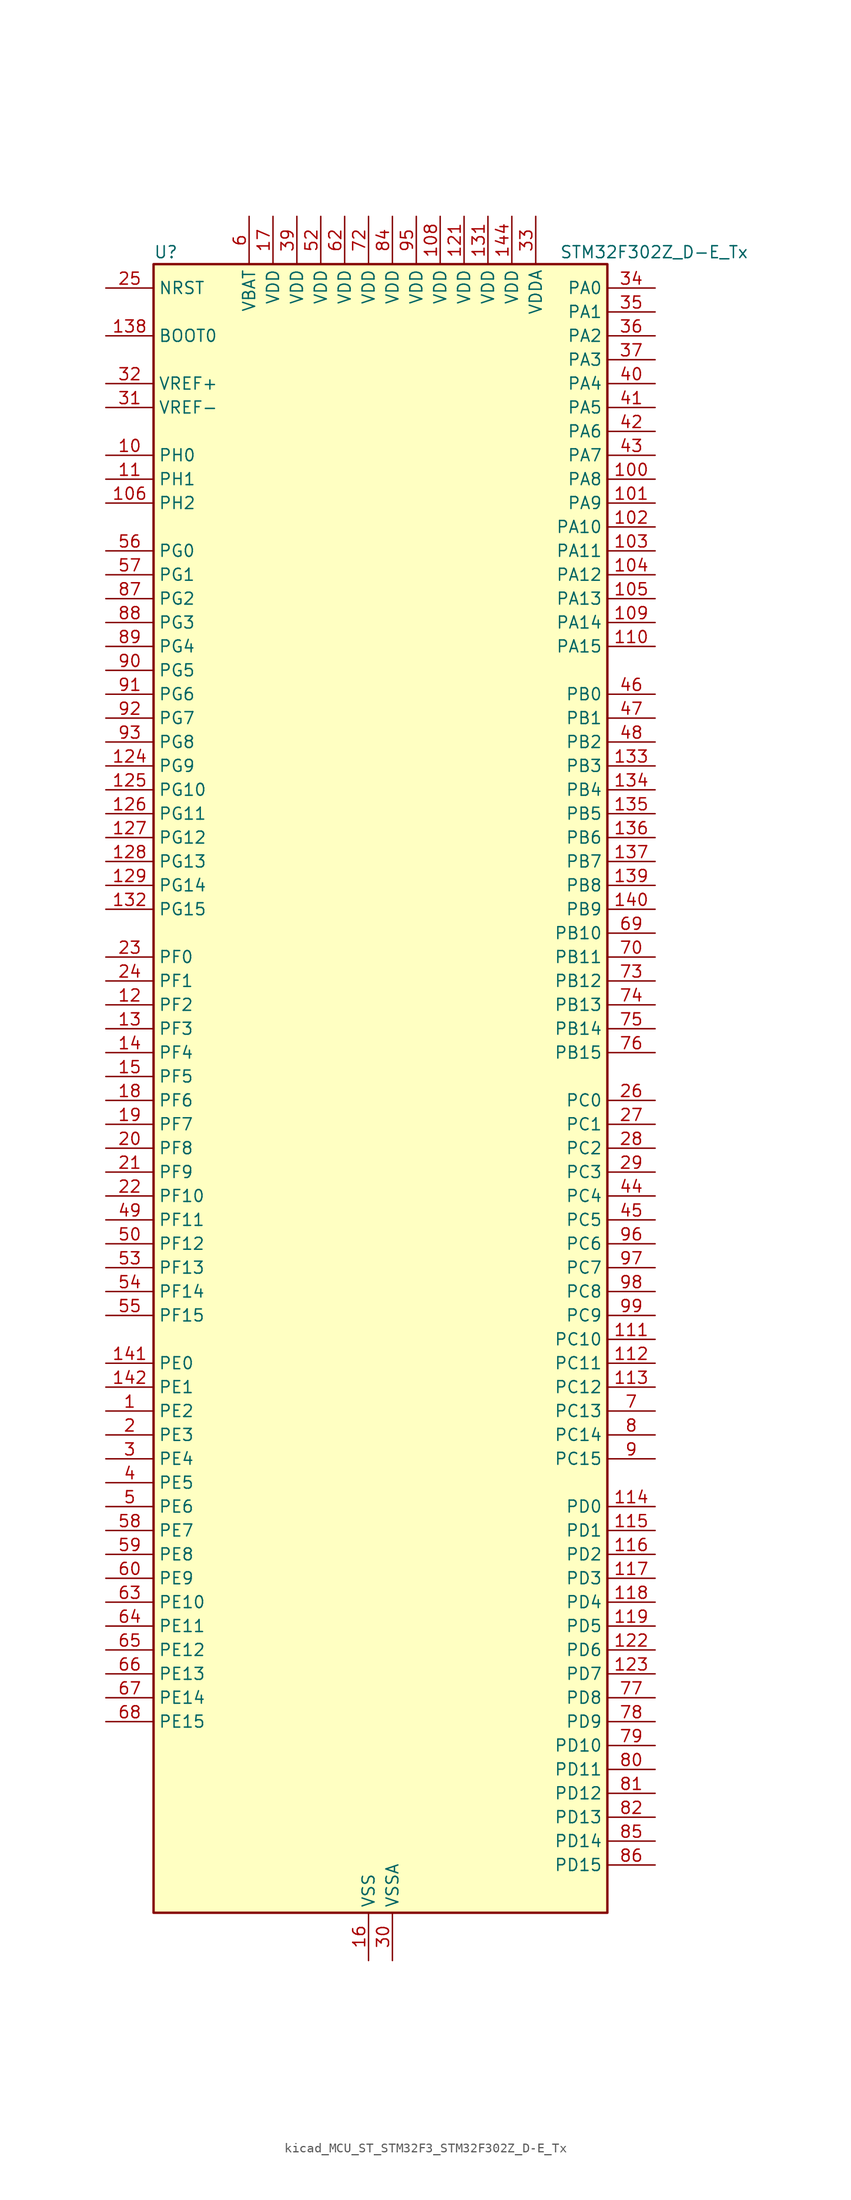
<source format=kicad_sym>
(kicad_symbol_lib
  (version 20220914)
  (generator kicad_symbol_editor)
  (symbol "kicad_MCU_ST_STM32F3_STM32F302Z_D-E_Tx"
    (property "Reference" "U"
      (at -22.86 90.17 0)
      (effects (font (size 1.27 1.27)) (justify left)))
    (property "Value" "STM32F302Z_D-E_Tx"
      (at 20.32 90.17 0)
      (effects (font (size 1.27 1.27)) (justify left)))
    (property "ki_locked" ""
      (at 0 0 0)
      (effects (font (size 1.27 1.27))))
    (symbol "kicad_MCU_ST_STM32F3_STM32F302Z_D-E_Tx_0_1"
      (rectangle (start -22.86 -86.36) (end 25.4 88.9) (stroke (width 0.254) (type default)) (fill (type background))))
    (symbol "kicad_MCU_ST_STM32F3_STM32F302Z_D-E_Tx_1_1"
      (pin bidirectional line (at -27.94 -33.02 0) (length 5.08) (name "PE2" (effects (font (size 1.27 1.27)))) (number "1" (effects (font (size 1.27 1.27)))) (alternate "FMC_A23" bidirectional line) (alternate "SPI4_SCK" bidirectional line) (alternate "SYS_TRACECK" bidirectional line) (alternate "TIM3_CH1" bidirectional line) (alternate "TSC_G7_IO1" bidirectional line))
      (pin bidirectional line (at -27.94 68.58 0) (length 5.08) (name "PH0" (effects (font (size 1.27 1.27)))) (number "10" (effects (font (size 1.27 1.27)))) (alternate "FMC_A0" bidirectional line))
      (pin bidirectional line (at 30.48 66.04 180) (length 5.08) (name "PA8" (effects (font (size 1.27 1.27)))) (number "100" (effects (font (size 1.27 1.27)))) (alternate "I2C2_SMBA" bidirectional line) (alternate "I2C3_SCL" bidirectional line) (alternate "I2S2_MCK" bidirectional line) (alternate "RCC_MCO" bidirectional line) (alternate "TIM1_CH1" bidirectional line) (alternate "TIM4_ETR" bidirectional line) (alternate "USART1_CK" bidirectional line))
      (pin bidirectional line (at 30.48 63.5 180) (length 5.08) (name "PA9" (effects (font (size 1.27 1.27)))) (number "101" (effects (font (size 1.27 1.27)))) (alternate "DAC1_EXTI9" bidirectional line) (alternate "I2C2_SCL" bidirectional line) (alternate "I2C3_SMBA" bidirectional line) (alternate "I2S3_MCK" bidirectional line) (alternate "TIM15_BKIN" bidirectional line) (alternate "TIM1_CH2" bidirectional line) (alternate "TIM2_CH3" bidirectional line) (alternate "TSC_G4_IO1" bidirectional line) (alternate "USART1_TX" bidirectional line))
      (pin bidirectional line (at 30.48 60.96 180) (length 5.08) (name "PA10" (effects (font (size 1.27 1.27)))) (number "102" (effects (font (size 1.27 1.27)))) (alternate "COMP6_OUT" bidirectional line) (alternate "I2C2_SDA" bidirectional line) (alternate "I2S2_ext_SD" bidirectional line) (alternate "SPI2_MISO" bidirectional line) (alternate "TIM17_BKIN" bidirectional line) (alternate "TIM1_CH3" bidirectional line) (alternate "TIM2_CH4" bidirectional line) (alternate "TSC_G4_IO2" bidirectional line) (alternate "USART1_RX" bidirectional line))
      (pin bidirectional line (at 30.48 58.42 180) (length 5.08) (name "PA11" (effects (font (size 1.27 1.27)))) (number "103" (effects (font (size 1.27 1.27)))) (alternate "ADC1_EXTI11" bidirectional line) (alternate "ADC2_EXTI11" bidirectional line) (alternate "CAN_RX" bidirectional line) (alternate "COMP1_OUT" bidirectional line) (alternate "I2S2_SD" bidirectional line) (alternate "SPI2_MOSI" bidirectional line) (alternate "TIM1_BKIN2" bidirectional line) (alternate "TIM1_CH1N" bidirectional line) (alternate "TIM1_CH4" bidirectional line) (alternate "TIM4_CH1" bidirectional line) (alternate "USART1_CTS" bidirectional line) (alternate "USB_DM" bidirectional line))
      (pin bidirectional line (at 30.48 55.88 180) (length 5.08) (name "PA12" (effects (font (size 1.27 1.27)))) (number "104" (effects (font (size 1.27 1.27)))) (alternate "CAN_TX" bidirectional line) (alternate "COMP2_OUT" bidirectional line) (alternate "I2S_CKIN" bidirectional line) (alternate "TIM16_CH1" bidirectional line) (alternate "TIM1_CH2N" bidirectional line) (alternate "TIM1_ETR" bidirectional line) (alternate "TIM4_CH2" bidirectional line) (alternate "USART1_DE" bidirectional line) (alternate "USART1_RTS" bidirectional line) (alternate "USB_DP" bidirectional line))
      (pin bidirectional line (at 30.48 53.34 180) (length 5.08) (name "PA13" (effects (font (size 1.27 1.27)))) (number "105" (effects (font (size 1.27 1.27)))) (alternate "IR_OUT" bidirectional line) (alternate "SYS_JTMS-SWDIO" bidirectional line) (alternate "TIM16_CH1N" bidirectional line) (alternate "TIM4_CH3" bidirectional line) (alternate "TSC_G4_IO3" bidirectional line) (alternate "USART3_CTS" bidirectional line))
      (pin bidirectional line (at -27.94 63.5 0) (length 5.08) (name "PH2" (effects (font (size 1.27 1.27)))) (number "106" (effects (font (size 1.27 1.27)))))
      (pin passive line (at 0 -91.44 90) (length 5.08) hide (name "VSS" (effects (font (size 1.27 1.27)))) (number "107" (effects (font (size 1.27 1.27)))))
      (pin power_in line (at 7.62 93.98 270) (length 5.08) (name "VDD" (effects (font (size 1.27 1.27)))) (number "108" (effects (font (size 1.27 1.27)))))
      (pin bidirectional line (at 30.48 50.8 180) (length 5.08) (name "PA14" (effects (font (size 1.27 1.27)))) (number "109" (effects (font (size 1.27 1.27)))) (alternate "I2C1_SDA" bidirectional line) (alternate "SYS_JTCK-SWCLK" bidirectional line) (alternate "TIM1_BKIN" bidirectional line) (alternate "TSC_G4_IO4" bidirectional line) (alternate "USART2_TX" bidirectional line))
      (pin bidirectional line (at -27.94 66.04 0) (length 5.08) (name "PH1" (effects (font (size 1.27 1.27)))) (number "11" (effects (font (size 1.27 1.27)))) (alternate "FMC_A1" bidirectional line))
      (pin bidirectional line (at 30.48 48.26 180) (length 5.08) (name "PA15" (effects (font (size 1.27 1.27)))) (number "110" (effects (font (size 1.27 1.27)))) (alternate "ADC1_EXTI15" bidirectional line) (alternate "ADC2_EXTI15" bidirectional line) (alternate "I2C1_SCL" bidirectional line) (alternate "I2S3_WS" bidirectional line) (alternate "SPI1_NSS" bidirectional line) (alternate "SPI3_NSS" bidirectional line) (alternate "SYS_JTDI" bidirectional line) (alternate "TIM1_BKIN" bidirectional line) (alternate "TIM2_CH1" bidirectional line) (alternate "TIM2_ETR" bidirectional line) (alternate "TSC_SYNC" bidirectional line) (alternate "USART2_RX" bidirectional line))
      (pin bidirectional line (at 30.48 -25.4 180) (length 5.08) (name "PC10" (effects (font (size 1.27 1.27)))) (number "111" (effects (font (size 1.27 1.27)))) (alternate "I2S3_CK" bidirectional line) (alternate "SPI3_SCK" bidirectional line) (alternate "UART4_TX" bidirectional line) (alternate "USART3_TX" bidirectional line))
      (pin bidirectional line (at 30.48 -27.94 180) (length 5.08) (name "PC11" (effects (font (size 1.27 1.27)))) (number "112" (effects (font (size 1.27 1.27)))) (alternate "ADC1_EXTI11" bidirectional line) (alternate "ADC2_EXTI11" bidirectional line) (alternate "I2S3_ext_SD" bidirectional line) (alternate "SPI3_MISO" bidirectional line) (alternate "UART4_RX" bidirectional line) (alternate "USART3_RX" bidirectional line))
      (pin bidirectional line (at 30.48 -30.48 180) (length 5.08) (name "PC12" (effects (font (size 1.27 1.27)))) (number "113" (effects (font (size 1.27 1.27)))) (alternate "I2S3_SD" bidirectional line) (alternate "SPI3_MOSI" bidirectional line) (alternate "UART5_TX" bidirectional line) (alternate "USART3_CK" bidirectional line))
      (pin bidirectional line (at 30.48 -43.18 180) (length 5.08) (name "PD0" (effects (font (size 1.27 1.27)))) (number "114" (effects (font (size 1.27 1.27)))) (alternate "CAN_RX" bidirectional line) (alternate "FMC_D2" bidirectional line) (alternate "FMC_DA2" bidirectional line))
      (pin bidirectional line (at 30.48 -45.72 180) (length 5.08) (name "PD1" (effects (font (size 1.27 1.27)))) (number "115" (effects (font (size 1.27 1.27)))) (alternate "CAN_TX" bidirectional line) (alternate "FMC_D3" bidirectional line) (alternate "FMC_DA3" bidirectional line))
      (pin bidirectional line (at 30.48 -48.26 180) (length 5.08) (name "PD2" (effects (font (size 1.27 1.27)))) (number "116" (effects (font (size 1.27 1.27)))) (alternate "TIM3_ETR" bidirectional line) (alternate "UART5_RX" bidirectional line))
      (pin bidirectional line (at 30.48 -50.8 180) (length 5.08) (name "PD3" (effects (font (size 1.27 1.27)))) (number "117" (effects (font (size 1.27 1.27)))) (alternate "FMC_CLK" bidirectional line) (alternate "TIM2_CH1" bidirectional line) (alternate "TIM2_ETR" bidirectional line) (alternate "USART2_CTS" bidirectional line))
      (pin bidirectional line (at 30.48 -53.34 180) (length 5.08) (name "PD4" (effects (font (size 1.27 1.27)))) (number "118" (effects (font (size 1.27 1.27)))) (alternate "FMC_NOE" bidirectional line) (alternate "TIM2_CH2" bidirectional line) (alternate "USART2_DE" bidirectional line) (alternate "USART2_RTS" bidirectional line))
      (pin bidirectional line (at 30.48 -55.88 180) (length 5.08) (name "PD5" (effects (font (size 1.27 1.27)))) (number "119" (effects (font (size 1.27 1.27)))) (alternate "FMC_NWE" bidirectional line) (alternate "USART2_TX" bidirectional line))
      (pin bidirectional line (at -27.94 10.16 0) (length 5.08) (name "PF2" (effects (font (size 1.27 1.27)))) (number "12" (effects (font (size 1.27 1.27)))) (alternate "ADC1_IN10" bidirectional line) (alternate "ADC2_IN10" bidirectional line) (alternate "FMC_A2" bidirectional line))
      (pin passive line (at 0 -91.44 90) (length 5.08) hide (name "VSS" (effects (font (size 1.27 1.27)))) (number "120" (effects (font (size 1.27 1.27)))))
      (pin power_in line (at 10.16 93.98 270) (length 5.08) (name "VDD" (effects (font (size 1.27 1.27)))) (number "121" (effects (font (size 1.27 1.27)))))
      (pin bidirectional line (at 30.48 -58.42 180) (length 5.08) (name "PD6" (effects (font (size 1.27 1.27)))) (number "122" (effects (font (size 1.27 1.27)))) (alternate "FMC_NWAIT" bidirectional line) (alternate "TIM2_CH4" bidirectional line) (alternate "USART2_RX" bidirectional line))
      (pin bidirectional line (at 30.48 -60.96 180) (length 5.08) (name "PD7" (effects (font (size 1.27 1.27)))) (number "123" (effects (font (size 1.27 1.27)))) (alternate "FMC_NCE2" bidirectional line) (alternate "FMC_NE1" bidirectional line) (alternate "TIM2_CH3" bidirectional line) (alternate "USART2_CK" bidirectional line))
      (pin bidirectional line (at -27.94 35.56 0) (length 5.08) (name "PG9" (effects (font (size 1.27 1.27)))) (number "124" (effects (font (size 1.27 1.27)))) (alternate "DAC1_EXTI9" bidirectional line) (alternate "FMC_NCE3" bidirectional line) (alternate "FMC_NE2" bidirectional line))
      (pin bidirectional line (at -27.94 33.02 0) (length 5.08) (name "PG10" (effects (font (size 1.27 1.27)))) (number "125" (effects (font (size 1.27 1.27)))) (alternate "FMC_NCE4_1" bidirectional line) (alternate "FMC_NE3" bidirectional line))
      (pin bidirectional line (at -27.94 30.48 0) (length 5.08) (name "PG11" (effects (font (size 1.27 1.27)))) (number "126" (effects (font (size 1.27 1.27)))) (alternate "ADC1_EXTI11" bidirectional line) (alternate "ADC2_EXTI11" bidirectional line) (alternate "FMC_NCE4_2" bidirectional line))
      (pin bidirectional line (at -27.94 27.94 0) (length 5.08) (name "PG12" (effects (font (size 1.27 1.27)))) (number "127" (effects (font (size 1.27 1.27)))) (alternate "FMC_NE4" bidirectional line))
      (pin bidirectional line (at -27.94 25.4 0) (length 5.08) (name "PG13" (effects (font (size 1.27 1.27)))) (number "128" (effects (font (size 1.27 1.27)))) (alternate "FMC_A24" bidirectional line))
      (pin bidirectional line (at -27.94 22.86 0) (length 5.08) (name "PG14" (effects (font (size 1.27 1.27)))) (number "129" (effects (font (size 1.27 1.27)))) (alternate "FMC_A25" bidirectional line))
      (pin bidirectional line (at -27.94 7.62 0) (length 5.08) (name "PF3" (effects (font (size 1.27 1.27)))) (number "13" (effects (font (size 1.27 1.27)))) (alternate "FMC_A3" bidirectional line))
      (pin passive line (at 0 -91.44 90) (length 5.08) hide (name "VSS" (effects (font (size 1.27 1.27)))) (number "130" (effects (font (size 1.27 1.27)))))
      (pin power_in line (at 12.7 93.98 270) (length 5.08) (name "VDD" (effects (font (size 1.27 1.27)))) (number "131" (effects (font (size 1.27 1.27)))))
      (pin bidirectional line (at -27.94 20.32 0) (length 5.08) (name "PG15" (effects (font (size 1.27 1.27)))) (number "132" (effects (font (size 1.27 1.27)))) (alternate "ADC1_EXTI15" bidirectional line) (alternate "ADC2_EXTI15" bidirectional line))
      (pin bidirectional line (at 30.48 35.56 180) (length 5.08) (name "PB3" (effects (font (size 1.27 1.27)))) (number "133" (effects (font (size 1.27 1.27)))) (alternate "I2S3_CK" bidirectional line) (alternate "SPI1_SCK" bidirectional line) (alternate "SPI3_SCK" bidirectional line) (alternate "SYS_JTDO-TRACESWO" bidirectional line) (alternate "TIM2_CH2" bidirectional line) (alternate "TIM3_ETR" bidirectional line) (alternate "TIM4_ETR" bidirectional line) (alternate "TSC_G5_IO1" bidirectional line) (alternate "USART2_TX" bidirectional line))
      (pin bidirectional line (at 30.48 33.02 180) (length 5.08) (name "PB4" (effects (font (size 1.27 1.27)))) (number "134" (effects (font (size 1.27 1.27)))) (alternate "I2S3_ext_SD" bidirectional line) (alternate "SPI1_MISO" bidirectional line) (alternate "SPI3_MISO" bidirectional line) (alternate "SYS_NJTRST" bidirectional line) (alternate "TIM16_CH1" bidirectional line) (alternate "TIM17_BKIN" bidirectional line) (alternate "TIM3_CH1" bidirectional line) (alternate "TSC_G5_IO2" bidirectional line) (alternate "USART2_RX" bidirectional line))
      (pin bidirectional line (at 30.48 30.48 180) (length 5.08) (name "PB5" (effects (font (size 1.27 1.27)))) (number "135" (effects (font (size 1.27 1.27)))) (alternate "I2C1_SMBA" bidirectional line) (alternate "I2C3_SDA" bidirectional line) (alternate "I2S3_SD" bidirectional line) (alternate "SPI1_MOSI" bidirectional line) (alternate "SPI3_MOSI" bidirectional line) (alternate "TIM16_BKIN" bidirectional line) (alternate "TIM17_CH1" bidirectional line) (alternate "TIM3_CH2" bidirectional line) (alternate "USART2_CK" bidirectional line))
      (pin bidirectional line (at 30.48 27.94 180) (length 5.08) (name "PB6" (effects (font (size 1.27 1.27)))) (number "136" (effects (font (size 1.27 1.27)))) (alternate "I2C1_SCL" bidirectional line) (alternate "TIM16_CH1N" bidirectional line) (alternate "TIM4_CH1" bidirectional line) (alternate "TSC_G5_IO3" bidirectional line) (alternate "USART1_TX" bidirectional line))
      (pin bidirectional line (at 30.48 25.4 180) (length 5.08) (name "PB7" (effects (font (size 1.27 1.27)))) (number "137" (effects (font (size 1.27 1.27)))) (alternate "FMC_NL" bidirectional line) (alternate "I2C1_SDA" bidirectional line) (alternate "TIM17_CH1N" bidirectional line) (alternate "TIM3_CH4" bidirectional line) (alternate "TIM4_CH2" bidirectional line) (alternate "TSC_G5_IO4" bidirectional line) (alternate "USART1_RX" bidirectional line))
      (pin input line (at -27.94 81.28 0) (length 5.08) (name "BOOT0" (effects (font (size 1.27 1.27)))) (number "138" (effects (font (size 1.27 1.27)))))
      (pin bidirectional line (at 30.48 22.86 180) (length 5.08) (name "PB8" (effects (font (size 1.27 1.27)))) (number "139" (effects (font (size 1.27 1.27)))) (alternate "CAN_RX" bidirectional line) (alternate "COMP1_OUT" bidirectional line) (alternate "I2C1_SCL" bidirectional line) (alternate "TIM16_CH1" bidirectional line) (alternate "TIM1_BKIN" bidirectional line) (alternate "TIM4_CH3" bidirectional line) (alternate "TSC_SYNC" bidirectional line) (alternate "USART3_RX" bidirectional line))
      (pin bidirectional line (at -27.94 5.08 0) (length 5.08) (name "PF4" (effects (font (size 1.27 1.27)))) (number "14" (effects (font (size 1.27 1.27)))) (alternate "ADC1_IN5" bidirectional line) (alternate "COMP1_OUT" bidirectional line) (alternate "FMC_A4" bidirectional line))
      (pin bidirectional line (at 30.48 20.32 180) (length 5.08) (name "PB9" (effects (font (size 1.27 1.27)))) (number "140" (effects (font (size 1.27 1.27)))) (alternate "CAN_TX" bidirectional line) (alternate "COMP2_OUT" bidirectional line) (alternate "DAC1_EXTI9" bidirectional line) (alternate "I2C1_SDA" bidirectional line) (alternate "IR_OUT" bidirectional line) (alternate "TIM17_CH1" bidirectional line) (alternate "TIM4_CH4" bidirectional line) (alternate "USART3_TX" bidirectional line))
      (pin bidirectional line (at -27.94 -27.94 0) (length 5.08) (name "PE0" (effects (font (size 1.27 1.27)))) (number "141" (effects (font (size 1.27 1.27)))) (alternate "FMC_NBL0" bidirectional line) (alternate "TIM16_CH1" bidirectional line) (alternate "TIM4_ETR" bidirectional line) (alternate "USART1_TX" bidirectional line))
      (pin bidirectional line (at -27.94 -30.48 0) (length 5.08) (name "PE1" (effects (font (size 1.27 1.27)))) (number "142" (effects (font (size 1.27 1.27)))) (alternate "FMC_NBL1" bidirectional line) (alternate "TIM17_CH1" bidirectional line) (alternate "USART1_RX" bidirectional line))
      (pin passive line (at 0 -91.44 90) (length 5.08) hide (name "VSS" (effects (font (size 1.27 1.27)))) (number "143" (effects (font (size 1.27 1.27)))))
      (pin power_in line (at 15.24 93.98 270) (length 5.08) (name "VDD" (effects (font (size 1.27 1.27)))) (number "144" (effects (font (size 1.27 1.27)))))
      (pin bidirectional line (at -27.94 2.54 0) (length 5.08) (name "PF5" (effects (font (size 1.27 1.27)))) (number "15" (effects (font (size 1.27 1.27)))) (alternate "FMC_A5" bidirectional line))
      (pin power_in line (at 0 -91.44 90) (length 5.08) (name "VSS" (effects (font (size 1.27 1.27)))) (number "16" (effects (font (size 1.27 1.27)))))
      (pin power_in line (at -10.16 93.98 270) (length 5.08) (name "VDD" (effects (font (size 1.27 1.27)))) (number "17" (effects (font (size 1.27 1.27)))))
      (pin bidirectional line (at -27.94 0 0) (length 5.08) (name "PF6" (effects (font (size 1.27 1.27)))) (number "18" (effects (font (size 1.27 1.27)))) (alternate "FMC_NIORD" bidirectional line) (alternate "I2C2_SCL" bidirectional line) (alternate "TIM4_CH4" bidirectional line) (alternate "USART3_DE" bidirectional line) (alternate "USART3_RTS" bidirectional line))
      (pin bidirectional line (at -27.94 -2.54 0) (length 5.08) (name "PF7" (effects (font (size 1.27 1.27)))) (number "19" (effects (font (size 1.27 1.27)))) (alternate "FMC_NREG" bidirectional line))
      (pin bidirectional line (at -27.94 -35.56 0) (length 5.08) (name "PE3" (effects (font (size 1.27 1.27)))) (number "2" (effects (font (size 1.27 1.27)))) (alternate "FMC_A19" bidirectional line) (alternate "SPI4_NSS" bidirectional line) (alternate "SYS_TRACED0" bidirectional line) (alternate "TIM3_CH2" bidirectional line) (alternate "TSC_G7_IO2" bidirectional line))
      (pin bidirectional line (at -27.94 -5.08 0) (length 5.08) (name "PF8" (effects (font (size 1.27 1.27)))) (number "20" (effects (font (size 1.27 1.27)))) (alternate "FMC_NIOWR" bidirectional line))
      (pin bidirectional line (at -27.94 -7.62 0) (length 5.08) (name "PF9" (effects (font (size 1.27 1.27)))) (number "21" (effects (font (size 1.27 1.27)))) (alternate "DAC1_EXTI9" bidirectional line) (alternate "FMC_CD" bidirectional line) (alternate "SPI2_SCK" bidirectional line) (alternate "TIM15_CH1" bidirectional line))
      (pin bidirectional line (at -27.94 -10.16 0) (length 5.08) (name "PF10" (effects (font (size 1.27 1.27)))) (number "22" (effects (font (size 1.27 1.27)))) (alternate "FMC_INTR" bidirectional line) (alternate "SPI2_SCK" bidirectional line) (alternate "TIM15_CH2" bidirectional line))
      (pin bidirectional line (at -27.94 15.24 0) (length 5.08) (name "PF0" (effects (font (size 1.27 1.27)))) (number "23" (effects (font (size 1.27 1.27)))) (alternate "I2C2_SDA" bidirectional line) (alternate "I2S2_WS" bidirectional line) (alternate "RCC_OSC_IN" bidirectional line) (alternate "SPI2_NSS" bidirectional line) (alternate "TIM1_CH3N" bidirectional line))
      (pin bidirectional line (at -27.94 12.7 0) (length 5.08) (name "PF1" (effects (font (size 1.27 1.27)))) (number "24" (effects (font (size 1.27 1.27)))) (alternate "I2C2_SCL" bidirectional line) (alternate "I2S2_CK" bidirectional line) (alternate "RCC_OSC_OUT" bidirectional line) (alternate "SPI2_SCK" bidirectional line))
      (pin input line (at -27.94 86.36 0) (length 5.08) (name "NRST" (effects (font (size 1.27 1.27)))) (number "25" (effects (font (size 1.27 1.27)))))
      (pin bidirectional line (at 30.48 0 180) (length 5.08) (name "PC0" (effects (font (size 1.27 1.27)))) (number "26" (effects (font (size 1.27 1.27)))) (alternate "ADC1_IN6" bidirectional line) (alternate "ADC2_IN6" bidirectional line) (alternate "TIM1_CH1" bidirectional line))
      (pin bidirectional line (at 30.48 -2.54 180) (length 5.08) (name "PC1" (effects (font (size 1.27 1.27)))) (number "27" (effects (font (size 1.27 1.27)))) (alternate "ADC1_IN7" bidirectional line) (alternate "ADC2_IN7" bidirectional line) (alternate "TIM1_CH2" bidirectional line))
      (pin bidirectional line (at 30.48 -5.08 180) (length 5.08) (name "PC2" (effects (font (size 1.27 1.27)))) (number "28" (effects (font (size 1.27 1.27)))) (alternate "ADC1_IN8" bidirectional line) (alternate "ADC2_IN8" bidirectional line) (alternate "TIM1_CH3" bidirectional line))
      (pin bidirectional line (at 30.48 -7.62 180) (length 5.08) (name "PC3" (effects (font (size 1.27 1.27)))) (number "29" (effects (font (size 1.27 1.27)))) (alternate "ADC1_IN9" bidirectional line) (alternate "ADC2_IN9" bidirectional line) (alternate "TIM1_BKIN2" bidirectional line) (alternate "TIM1_CH4" bidirectional line))
      (pin bidirectional line (at -27.94 -38.1 0) (length 5.08) (name "PE4" (effects (font (size 1.27 1.27)))) (number "3" (effects (font (size 1.27 1.27)))) (alternate "FMC_A20" bidirectional line) (alternate "SPI4_NSS" bidirectional line) (alternate "SYS_TRACED1" bidirectional line) (alternate "TIM3_CH3" bidirectional line) (alternate "TSC_G7_IO3" bidirectional line))
      (pin power_in line (at 2.54 -91.44 90) (length 5.08) (name "VSSA" (effects (font (size 1.27 1.27)))) (number "30" (effects (font (size 1.27 1.27)))))
      (pin input line (at -27.94 73.66 0) (length 5.08) (name "VREF-" (effects (font (size 1.27 1.27)))) (number "31" (effects (font (size 1.27 1.27)))))
      (pin input line (at -27.94 76.2 0) (length 5.08) (name "VREF+" (effects (font (size 1.27 1.27)))) (number "32" (effects (font (size 1.27 1.27)))))
      (pin power_in line (at 17.78 93.98 270) (length 5.08) (name "VDDA" (effects (font (size 1.27 1.27)))) (number "33" (effects (font (size 1.27 1.27)))))
      (pin bidirectional line (at 30.48 86.36 180) (length 5.08) (name "PA0" (effects (font (size 1.27 1.27)))) (number "34" (effects (font (size 1.27 1.27)))) (alternate "ADC1_IN1" bidirectional line) (alternate "COMP1_INM" bidirectional line) (alternate "COMP1_OUT" bidirectional line) (alternate "RTC_TAMP2" bidirectional line) (alternate "SYS_WKUP1" bidirectional line) (alternate "TIM2_CH1" bidirectional line) (alternate "TIM2_ETR" bidirectional line) (alternate "TSC_G1_IO1" bidirectional line) (alternate "USART2_CTS" bidirectional line))
      (pin bidirectional line (at 30.48 83.82 180) (length 5.08) (name "PA1" (effects (font (size 1.27 1.27)))) (number "35" (effects (font (size 1.27 1.27)))) (alternate "ADC1_IN2" bidirectional line) (alternate "COMP1_INP" bidirectional line) (alternate "OPAMP1_VINP" bidirectional line) (alternate "OPAMP1_VINP_SEC" bidirectional line) (alternate "RTC_REFIN" bidirectional line) (alternate "TIM15_CH1N" bidirectional line) (alternate "TIM2_CH2" bidirectional line) (alternate "TSC_G1_IO2" bidirectional line) (alternate "USART2_DE" bidirectional line) (alternate "USART2_RTS" bidirectional line))
      (pin bidirectional line (at 30.48 81.28 180) (length 5.08) (name "PA2" (effects (font (size 1.27 1.27)))) (number "36" (effects (font (size 1.27 1.27)))) (alternate "ADC1_IN3" bidirectional line) (alternate "COMP2_INM" bidirectional line) (alternate "COMP2_OUT" bidirectional line) (alternate "OPAMP1_VOUT" bidirectional line) (alternate "TIM15_CH1" bidirectional line) (alternate "TIM2_CH3" bidirectional line) (alternate "TSC_G1_IO3" bidirectional line) (alternate "USART2_TX" bidirectional line))
      (pin bidirectional line (at 30.48 78.74 180) (length 5.08) (name "PA3" (effects (font (size 1.27 1.27)))) (number "37" (effects (font (size 1.27 1.27)))) (alternate "ADC1_IN4" bidirectional line) (alternate "OPAMP1_VINM" bidirectional line) (alternate "OPAMP1_VINM_SEC" bidirectional line) (alternate "OPAMP1_VINP" bidirectional line) (alternate "OPAMP1_VINP_SEC" bidirectional line) (alternate "TIM15_CH2" bidirectional line) (alternate "TIM2_CH4" bidirectional line) (alternate "TSC_G1_IO4" bidirectional line) (alternate "USART2_RX" bidirectional line))
      (pin passive line (at 0 -91.44 90) (length 5.08) hide (name "VSS" (effects (font (size 1.27 1.27)))) (number "38" (effects (font (size 1.27 1.27)))))
      (pin power_in line (at -7.62 93.98 270) (length 5.08) (name "VDD" (effects (font (size 1.27 1.27)))) (number "39" (effects (font (size 1.27 1.27)))))
      (pin bidirectional line (at -27.94 -40.64 0) (length 5.08) (name "PE5" (effects (font (size 1.27 1.27)))) (number "4" (effects (font (size 1.27 1.27)))) (alternate "FMC_A21" bidirectional line) (alternate "SPI4_MISO" bidirectional line) (alternate "SYS_TRACED2" bidirectional line) (alternate "TIM3_CH4" bidirectional line) (alternate "TSC_G7_IO4" bidirectional line))
      (pin bidirectional line (at 30.48 76.2 180) (length 5.08) (name "PA4" (effects (font (size 1.27 1.27)))) (number "40" (effects (font (size 1.27 1.27)))) (alternate "ADC2_IN1" bidirectional line) (alternate "COMP1_INM" bidirectional line) (alternate "COMP2_INM" bidirectional line) (alternate "COMP4_INM" bidirectional line) (alternate "COMP6_INM" bidirectional line) (alternate "DAC1_OUT1" bidirectional line) (alternate "I2S3_WS" bidirectional line) (alternate "SPI1_NSS" bidirectional line) (alternate "SPI3_NSS" bidirectional line) (alternate "TIM3_CH2" bidirectional line) (alternate "TSC_G2_IO1" bidirectional line) (alternate "USART2_CK" bidirectional line))
      (pin bidirectional line (at 30.48 73.66 180) (length 5.08) (name "PA5" (effects (font (size 1.27 1.27)))) (number "41" (effects (font (size 1.27 1.27)))) (alternate "ADC2_IN2" bidirectional line) (alternate "COMP1_INM" bidirectional line) (alternate "COMP2_INM" bidirectional line) (alternate "COMP4_INM" bidirectional line) (alternate "COMP6_INM" bidirectional line) (alternate "OPAMP1_VINP" bidirectional line) (alternate "OPAMP1_VINP_SEC" bidirectional line) (alternate "OPAMP2_VINM" bidirectional line) (alternate "OPAMP2_VINM_SEC" bidirectional line) (alternate "SPI1_SCK" bidirectional line) (alternate "TIM2_CH1" bidirectional line) (alternate "TIM2_ETR" bidirectional line) (alternate "TSC_G2_IO2" bidirectional line))
      (pin bidirectional line (at 30.48 71.12 180) (length 5.08) (name "PA6" (effects (font (size 1.27 1.27)))) (number "42" (effects (font (size 1.27 1.27)))) (alternate "ADC2_IN3" bidirectional line) (alternate "COMP1_OUT" bidirectional line) (alternate "OPAMP2_VOUT" bidirectional line) (alternate "SPI1_MISO" bidirectional line) (alternate "TIM16_CH1" bidirectional line) (alternate "TIM1_BKIN" bidirectional line) (alternate "TIM3_CH1" bidirectional line) (alternate "TSC_G2_IO3" bidirectional line))
      (pin bidirectional line (at 30.48 68.58 180) (length 5.08) (name "PA7" (effects (font (size 1.27 1.27)))) (number "43" (effects (font (size 1.27 1.27)))) (alternate "ADC2_IN4" bidirectional line) (alternate "COMP2_INP" bidirectional line) (alternate "OPAMP1_VINP" bidirectional line) (alternate "OPAMP1_VINP_SEC" bidirectional line) (alternate "OPAMP2_VINP" bidirectional line) (alternate "OPAMP2_VINP_SEC" bidirectional line) (alternate "SPI1_MOSI" bidirectional line) (alternate "TIM17_CH1" bidirectional line) (alternate "TIM1_CH1N" bidirectional line) (alternate "TIM3_CH2" bidirectional line) (alternate "TSC_G2_IO4" bidirectional line))
      (pin bidirectional line (at 30.48 -10.16 180) (length 5.08) (name "PC4" (effects (font (size 1.27 1.27)))) (number "44" (effects (font (size 1.27 1.27)))) (alternate "ADC2_IN5" bidirectional line) (alternate "TIM1_ETR" bidirectional line) (alternate "USART1_TX" bidirectional line))
      (pin bidirectional line (at 30.48 -12.7 180) (length 5.08) (name "PC5" (effects (font (size 1.27 1.27)))) (number "45" (effects (font (size 1.27 1.27)))) (alternate "ADC2_IN11" bidirectional line) (alternate "OPAMP1_VINM" bidirectional line) (alternate "OPAMP1_VINM_SEC" bidirectional line) (alternate "OPAMP2_VINM" bidirectional line) (alternate "OPAMP2_VINM_SEC" bidirectional line) (alternate "TIM15_BKIN" bidirectional line) (alternate "TSC_G3_IO1" bidirectional line) (alternate "USART1_RX" bidirectional line))
      (pin bidirectional line (at 30.48 43.18 180) (length 5.08) (name "PB0" (effects (font (size 1.27 1.27)))) (number "46" (effects (font (size 1.27 1.27)))) (alternate "COMP4_INP" bidirectional line) (alternate "OPAMP2_VINP" bidirectional line) (alternate "OPAMP2_VINP_SEC" bidirectional line) (alternate "TIM1_CH2N" bidirectional line) (alternate "TIM3_CH3" bidirectional line) (alternate "TSC_G3_IO2" bidirectional line))
      (pin bidirectional line (at 30.48 40.64 180) (length 5.08) (name "PB1" (effects (font (size 1.27 1.27)))) (number "47" (effects (font (size 1.27 1.27)))) (alternate "COMP4_OUT" bidirectional line) (alternate "TIM1_CH3N" bidirectional line) (alternate "TIM3_CH4" bidirectional line) (alternate "TSC_G3_IO3" bidirectional line))
      (pin bidirectional line (at 30.48 38.1 180) (length 5.08) (name "PB2" (effects (font (size 1.27 1.27)))) (number "48" (effects (font (size 1.27 1.27)))) (alternate "ADC2_IN12" bidirectional line) (alternate "COMP4_INM" bidirectional line) (alternate "TSC_G3_IO4" bidirectional line))
      (pin bidirectional line (at -27.94 -12.7 0) (length 5.08) (name "PF11" (effects (font (size 1.27 1.27)))) (number "49" (effects (font (size 1.27 1.27)))) (alternate "ADC1_EXTI11" bidirectional line) (alternate "ADC2_EXTI11" bidirectional line))
      (pin bidirectional line (at -27.94 -43.18 0) (length 5.08) (name "PE6" (effects (font (size 1.27 1.27)))) (number "5" (effects (font (size 1.27 1.27)))) (alternate "FMC_A22" bidirectional line) (alternate "RTC_TAMP3" bidirectional line) (alternate "SPI4_MOSI" bidirectional line) (alternate "SYS_TRACED3" bidirectional line) (alternate "SYS_WKUP3" bidirectional line))
      (pin bidirectional line (at -27.94 -15.24 0) (length 5.08) (name "PF12" (effects (font (size 1.27 1.27)))) (number "50" (effects (font (size 1.27 1.27)))) (alternate "FMC_A6" bidirectional line))
      (pin passive line (at 0 -91.44 90) (length 5.08) hide (name "VSS" (effects (font (size 1.27 1.27)))) (number "51" (effects (font (size 1.27 1.27)))))
      (pin power_in line (at -5.08 93.98 270) (length 5.08) (name "VDD" (effects (font (size 1.27 1.27)))) (number "52" (effects (font (size 1.27 1.27)))))
      (pin bidirectional line (at -27.94 -17.78 0) (length 5.08) (name "PF13" (effects (font (size 1.27 1.27)))) (number "53" (effects (font (size 1.27 1.27)))) (alternate "FMC_A7" bidirectional line))
      (pin bidirectional line (at -27.94 -20.32 0) (length 5.08) (name "PF14" (effects (font (size 1.27 1.27)))) (number "54" (effects (font (size 1.27 1.27)))) (alternate "FMC_A8" bidirectional line))
      (pin bidirectional line (at -27.94 -22.86 0) (length 5.08) (name "PF15" (effects (font (size 1.27 1.27)))) (number "55" (effects (font (size 1.27 1.27)))) (alternate "ADC1_EXTI15" bidirectional line) (alternate "ADC2_EXTI15" bidirectional line) (alternate "FMC_A9" bidirectional line))
      (pin bidirectional line (at -27.94 58.42 0) (length 5.08) (name "PG0" (effects (font (size 1.27 1.27)))) (number "56" (effects (font (size 1.27 1.27)))) (alternate "FMC_A10" bidirectional line))
      (pin bidirectional line (at -27.94 55.88 0) (length 5.08) (name "PG1" (effects (font (size 1.27 1.27)))) (number "57" (effects (font (size 1.27 1.27)))) (alternate "FMC_A11" bidirectional line))
      (pin bidirectional line (at -27.94 -45.72 0) (length 5.08) (name "PE7" (effects (font (size 1.27 1.27)))) (number "58" (effects (font (size 1.27 1.27)))) (alternate "FMC_D4" bidirectional line) (alternate "FMC_DA4" bidirectional line) (alternate "TIM1_ETR" bidirectional line))
      (pin bidirectional line (at -27.94 -48.26 0) (length 5.08) (name "PE8" (effects (font (size 1.27 1.27)))) (number "59" (effects (font (size 1.27 1.27)))) (alternate "COMP4_INM" bidirectional line) (alternate "FMC_D5" bidirectional line) (alternate "FMC_DA5" bidirectional line) (alternate "TIM1_CH1N" bidirectional line))
      (pin power_in line (at -12.7 93.98 270) (length 5.08) (name "VBAT" (effects (font (size 1.27 1.27)))) (number "6" (effects (font (size 1.27 1.27)))))
      (pin bidirectional line (at -27.94 -50.8 0) (length 5.08) (name "PE9" (effects (font (size 1.27 1.27)))) (number "60" (effects (font (size 1.27 1.27)))) (alternate "DAC1_EXTI9" bidirectional line) (alternate "FMC_D6" bidirectional line) (alternate "FMC_DA6" bidirectional line) (alternate "TIM1_CH1" bidirectional line))
      (pin passive line (at 0 -91.44 90) (length 5.08) hide (name "VSS" (effects (font (size 1.27 1.27)))) (number "61" (effects (font (size 1.27 1.27)))))
      (pin power_in line (at -2.54 93.98 270) (length 5.08) (name "VDD" (effects (font (size 1.27 1.27)))) (number "62" (effects (font (size 1.27 1.27)))))
      (pin bidirectional line (at -27.94 -53.34 0) (length 5.08) (name "PE10" (effects (font (size 1.27 1.27)))) (number "63" (effects (font (size 1.27 1.27)))) (alternate "FMC_D7" bidirectional line) (alternate "FMC_DA7" bidirectional line) (alternate "TIM1_CH2N" bidirectional line))
      (pin bidirectional line (at -27.94 -55.88 0) (length 5.08) (name "PE11" (effects (font (size 1.27 1.27)))) (number "64" (effects (font (size 1.27 1.27)))) (alternate "ADC1_EXTI11" bidirectional line) (alternate "ADC2_EXTI11" bidirectional line) (alternate "FMC_D8" bidirectional line) (alternate "FMC_DA8" bidirectional line) (alternate "SPI4_NSS" bidirectional line) (alternate "TIM1_CH2" bidirectional line))
      (pin bidirectional line (at -27.94 -58.42 0) (length 5.08) (name "PE12" (effects (font (size 1.27 1.27)))) (number "65" (effects (font (size 1.27 1.27)))) (alternate "FMC_D9" bidirectional line) (alternate "FMC_DA9" bidirectional line) (alternate "SPI4_SCK" bidirectional line) (alternate "TIM1_CH3N" bidirectional line))
      (pin bidirectional line (at -27.94 -60.96 0) (length 5.08) (name "PE13" (effects (font (size 1.27 1.27)))) (number "66" (effects (font (size 1.27 1.27)))) (alternate "FMC_D10" bidirectional line) (alternate "FMC_DA10" bidirectional line) (alternate "SPI4_MISO" bidirectional line) (alternate "TIM1_CH3" bidirectional line))
      (pin bidirectional line (at -27.94 -63.5 0) (length 5.08) (name "PE14" (effects (font (size 1.27 1.27)))) (number "67" (effects (font (size 1.27 1.27)))) (alternate "FMC_D11" bidirectional line) (alternate "FMC_DA11" bidirectional line) (alternate "SPI4_MOSI" bidirectional line) (alternate "TIM1_BKIN2" bidirectional line) (alternate "TIM1_CH4" bidirectional line))
      (pin bidirectional line (at -27.94 -66.04 0) (length 5.08) (name "PE15" (effects (font (size 1.27 1.27)))) (number "68" (effects (font (size 1.27 1.27)))) (alternate "ADC1_EXTI15" bidirectional line) (alternate "ADC2_EXTI15" bidirectional line) (alternate "FMC_D12" bidirectional line) (alternate "FMC_DA12" bidirectional line) (alternate "TIM1_BKIN" bidirectional line) (alternate "USART3_RX" bidirectional line))
      (pin bidirectional line (at 30.48 17.78 180) (length 5.08) (name "PB10" (effects (font (size 1.27 1.27)))) (number "69" (effects (font (size 1.27 1.27)))) (alternate "TIM2_CH3" bidirectional line) (alternate "TSC_SYNC" bidirectional line) (alternate "USART3_TX" bidirectional line))
      (pin bidirectional line (at 30.48 -33.02 180) (length 5.08) (name "PC13" (effects (font (size 1.27 1.27)))) (number "7" (effects (font (size 1.27 1.27)))) (alternate "RTC_OUT_ALARM" bidirectional line) (alternate "RTC_OUT_CALIB" bidirectional line) (alternate "RTC_TAMP1" bidirectional line) (alternate "RTC_TS" bidirectional line) (alternate "SYS_WKUP2" bidirectional line) (alternate "TIM1_CH1N" bidirectional line))
      (pin bidirectional line (at 30.48 15.24 180) (length 5.08) (name "PB11" (effects (font (size 1.27 1.27)))) (number "70" (effects (font (size 1.27 1.27)))) (alternate "ADC1_EXTI11" bidirectional line) (alternate "ADC1_IN14" bidirectional line) (alternate "ADC2_EXTI11" bidirectional line) (alternate "ADC2_IN14" bidirectional line) (alternate "COMP6_INP" bidirectional line) (alternate "TIM2_CH4" bidirectional line) (alternate "TSC_G6_IO1" bidirectional line) (alternate "USART3_RX" bidirectional line))
      (pin passive line (at 0 -91.44 90) (length 5.08) hide (name "VSS" (effects (font (size 1.27 1.27)))) (number "71" (effects (font (size 1.27 1.27)))))
      (pin power_in line (at 0 93.98 270) (length 5.08) (name "VDD" (effects (font (size 1.27 1.27)))) (number "72" (effects (font (size 1.27 1.27)))))
      (pin bidirectional line (at 30.48 12.7 180) (length 5.08) (name "PB12" (effects (font (size 1.27 1.27)))) (number "73" (effects (font (size 1.27 1.27)))) (alternate "I2C2_SMBA" bidirectional line) (alternate "I2S2_WS" bidirectional line) (alternate "SPI2_NSS" bidirectional line) (alternate "TIM1_BKIN" bidirectional line) (alternate "TSC_G6_IO2" bidirectional line) (alternate "USART3_CK" bidirectional line))
      (pin bidirectional line (at 30.48 10.16 180) (length 5.08) (name "PB13" (effects (font (size 1.27 1.27)))) (number "74" (effects (font (size 1.27 1.27)))) (alternate "I2S2_CK" bidirectional line) (alternate "SPI2_SCK" bidirectional line) (alternate "TIM1_CH1N" bidirectional line) (alternate "TSC_G6_IO3" bidirectional line) (alternate "USART3_CTS" bidirectional line))
      (pin bidirectional line (at 30.48 7.62 180) (length 5.08) (name "PB14" (effects (font (size 1.27 1.27)))) (number "75" (effects (font (size 1.27 1.27)))) (alternate "I2S2_ext_SD" bidirectional line) (alternate "OPAMP2_VINP" bidirectional line) (alternate "OPAMP2_VINP_SEC" bidirectional line) (alternate "SPI2_MISO" bidirectional line) (alternate "TIM15_CH1" bidirectional line) (alternate "TIM1_CH2N" bidirectional line) (alternate "TSC_G6_IO4" bidirectional line) (alternate "USART3_DE" bidirectional line) (alternate "USART3_RTS" bidirectional line))
      (pin bidirectional line (at 30.48 5.08 180) (length 5.08) (name "PB15" (effects (font (size 1.27 1.27)))) (number "76" (effects (font (size 1.27 1.27)))) (alternate "ADC1_EXTI15" bidirectional line) (alternate "ADC2_EXTI15" bidirectional line) (alternate "COMP6_INM" bidirectional line) (alternate "I2S2_SD" bidirectional line) (alternate "RTC_REFIN" bidirectional line) (alternate "SPI2_MOSI" bidirectional line) (alternate "TIM15_CH1N" bidirectional line) (alternate "TIM15_CH2" bidirectional line) (alternate "TIM1_CH3N" bidirectional line))
      (pin bidirectional line (at 30.48 -63.5 180) (length 5.08) (name "PD8" (effects (font (size 1.27 1.27)))) (number "77" (effects (font (size 1.27 1.27)))) (alternate "FMC_D13" bidirectional line) (alternate "FMC_DA13" bidirectional line) (alternate "USART3_TX" bidirectional line))
      (pin bidirectional line (at 30.48 -66.04 180) (length 5.08) (name "PD9" (effects (font (size 1.27 1.27)))) (number "78" (effects (font (size 1.27 1.27)))) (alternate "DAC1_EXTI9" bidirectional line) (alternate "FMC_D14" bidirectional line) (alternate "FMC_DA14" bidirectional line) (alternate "USART3_RX" bidirectional line))
      (pin bidirectional line (at 30.48 -68.58 180) (length 5.08) (name "PD10" (effects (font (size 1.27 1.27)))) (number "79" (effects (font (size 1.27 1.27)))) (alternate "COMP6_INM" bidirectional line) (alternate "FMC_D15" bidirectional line) (alternate "FMC_DA15" bidirectional line) (alternate "USART3_CK" bidirectional line))
      (pin bidirectional line (at 30.48 -35.56 180) (length 5.08) (name "PC14" (effects (font (size 1.27 1.27)))) (number "8" (effects (font (size 1.27 1.27)))) (alternate "RCC_OSC32_IN" bidirectional line))
      (pin bidirectional line (at 30.48 -71.12 180) (length 5.08) (name "PD11" (effects (font (size 1.27 1.27)))) (number "80" (effects (font (size 1.27 1.27)))) (alternate "ADC1_EXTI11" bidirectional line) (alternate "ADC2_EXTI11" bidirectional line) (alternate "FMC_A16" bidirectional line) (alternate "FMC_CLE" bidirectional line) (alternate "USART3_CTS" bidirectional line))
      (pin bidirectional line (at 30.48 -73.66 180) (length 5.08) (name "PD12" (effects (font (size 1.27 1.27)))) (number "81" (effects (font (size 1.27 1.27)))) (alternate "FMC_A17" bidirectional line) (alternate "FMC_ALE" bidirectional line) (alternate "TIM4_CH1" bidirectional line) (alternate "TSC_G8_IO1" bidirectional line) (alternate "USART3_DE" bidirectional line) (alternate "USART3_RTS" bidirectional line))
      (pin bidirectional line (at 30.48 -76.2 180) (length 5.08) (name "PD13" (effects (font (size 1.27 1.27)))) (number "82" (effects (font (size 1.27 1.27)))) (alternate "FMC_A18" bidirectional line) (alternate "TIM4_CH2" bidirectional line) (alternate "TSC_G8_IO2" bidirectional line))
      (pin passive line (at 0 -91.44 90) (length 5.08) hide (name "VSS" (effects (font (size 1.27 1.27)))) (number "83" (effects (font (size 1.27 1.27)))))
      (pin power_in line (at 2.54 93.98 270) (length 5.08) (name "VDD" (effects (font (size 1.27 1.27)))) (number "84" (effects (font (size 1.27 1.27)))))
      (pin bidirectional line (at 30.48 -78.74 180) (length 5.08) (name "PD14" (effects (font (size 1.27 1.27)))) (number "85" (effects (font (size 1.27 1.27)))) (alternate "FMC_D0" bidirectional line) (alternate "FMC_DA0" bidirectional line) (alternate "OPAMP2_VINP" bidirectional line) (alternate "OPAMP2_VINP_SEC" bidirectional line) (alternate "TIM4_CH3" bidirectional line) (alternate "TSC_G8_IO3" bidirectional line))
      (pin bidirectional line (at 30.48 -81.28 180) (length 5.08) (name "PD15" (effects (font (size 1.27 1.27)))) (number "86" (effects (font (size 1.27 1.27)))) (alternate "ADC1_EXTI15" bidirectional line) (alternate "ADC2_EXTI15" bidirectional line) (alternate "FMC_D1" bidirectional line) (alternate "FMC_DA1" bidirectional line) (alternate "SPI2_NSS" bidirectional line) (alternate "TIM4_CH4" bidirectional line) (alternate "TSC_G8_IO4" bidirectional line))
      (pin bidirectional line (at -27.94 53.34 0) (length 5.08) (name "PG2" (effects (font (size 1.27 1.27)))) (number "87" (effects (font (size 1.27 1.27)))) (alternate "FMC_A12" bidirectional line))
      (pin bidirectional line (at -27.94 50.8 0) (length 5.08) (name "PG3" (effects (font (size 1.27 1.27)))) (number "88" (effects (font (size 1.27 1.27)))) (alternate "FMC_A13" bidirectional line))
      (pin bidirectional line (at -27.94 48.26 0) (length 5.08) (name "PG4" (effects (font (size 1.27 1.27)))) (number "89" (effects (font (size 1.27 1.27)))) (alternate "FMC_A14" bidirectional line))
      (pin bidirectional line (at 30.48 -38.1 180) (length 5.08) (name "PC15" (effects (font (size 1.27 1.27)))) (number "9" (effects (font (size 1.27 1.27)))) (alternate "ADC1_EXTI15" bidirectional line) (alternate "ADC2_EXTI15" bidirectional line) (alternate "RCC_OSC32_OUT" bidirectional line))
      (pin bidirectional line (at -27.94 45.72 0) (length 5.08) (name "PG5" (effects (font (size 1.27 1.27)))) (number "90" (effects (font (size 1.27 1.27)))) (alternate "FMC_A15" bidirectional line))
      (pin bidirectional line (at -27.94 43.18 0) (length 5.08) (name "PG6" (effects (font (size 1.27 1.27)))) (number "91" (effects (font (size 1.27 1.27)))) (alternate "FMC_INT2" bidirectional line))
      (pin bidirectional line (at -27.94 40.64 0) (length 5.08) (name "PG7" (effects (font (size 1.27 1.27)))) (number "92" (effects (font (size 1.27 1.27)))) (alternate "FMC_INT3" bidirectional line))
      (pin bidirectional line (at -27.94 38.1 0) (length 5.08) (name "PG8" (effects (font (size 1.27 1.27)))) (number "93" (effects (font (size 1.27 1.27)))))
      (pin passive line (at 0 -91.44 90) (length 5.08) hide (name "VSS" (effects (font (size 1.27 1.27)))) (number "94" (effects (font (size 1.27 1.27)))))
      (pin power_in line (at 5.08 93.98 270) (length 5.08) (name "VDD" (effects (font (size 1.27 1.27)))) (number "95" (effects (font (size 1.27 1.27)))))
      (pin bidirectional line (at 30.48 -15.24 180) (length 5.08) (name "PC6" (effects (font (size 1.27 1.27)))) (number "96" (effects (font (size 1.27 1.27)))) (alternate "COMP6_OUT" bidirectional line) (alternate "I2S2_MCK" bidirectional line) (alternate "TIM3_CH1" bidirectional line))
      (pin bidirectional line (at 30.48 -17.78 180) (length 5.08) (name "PC7" (effects (font (size 1.27 1.27)))) (number "97" (effects (font (size 1.27 1.27)))) (alternate "I2S3_MCK" bidirectional line) (alternate "TIM3_CH2" bidirectional line))
      (pin bidirectional line (at 30.48 -20.32 180) (length 5.08) (name "PC8" (effects (font (size 1.27 1.27)))) (number "98" (effects (font (size 1.27 1.27)))) (alternate "TIM3_CH3" bidirectional line))
      (pin bidirectional line (at 30.48 -22.86 180) (length 5.08) (name "PC9" (effects (font (size 1.27 1.27)))) (number "99" (effects (font (size 1.27 1.27)))) (alternate "DAC1_EXTI9" bidirectional line) (alternate "I2C3_SDA" bidirectional line) (alternate "I2S_CKIN" bidirectional line) (alternate "TIM3_CH4" bidirectional line)))))
</source>
